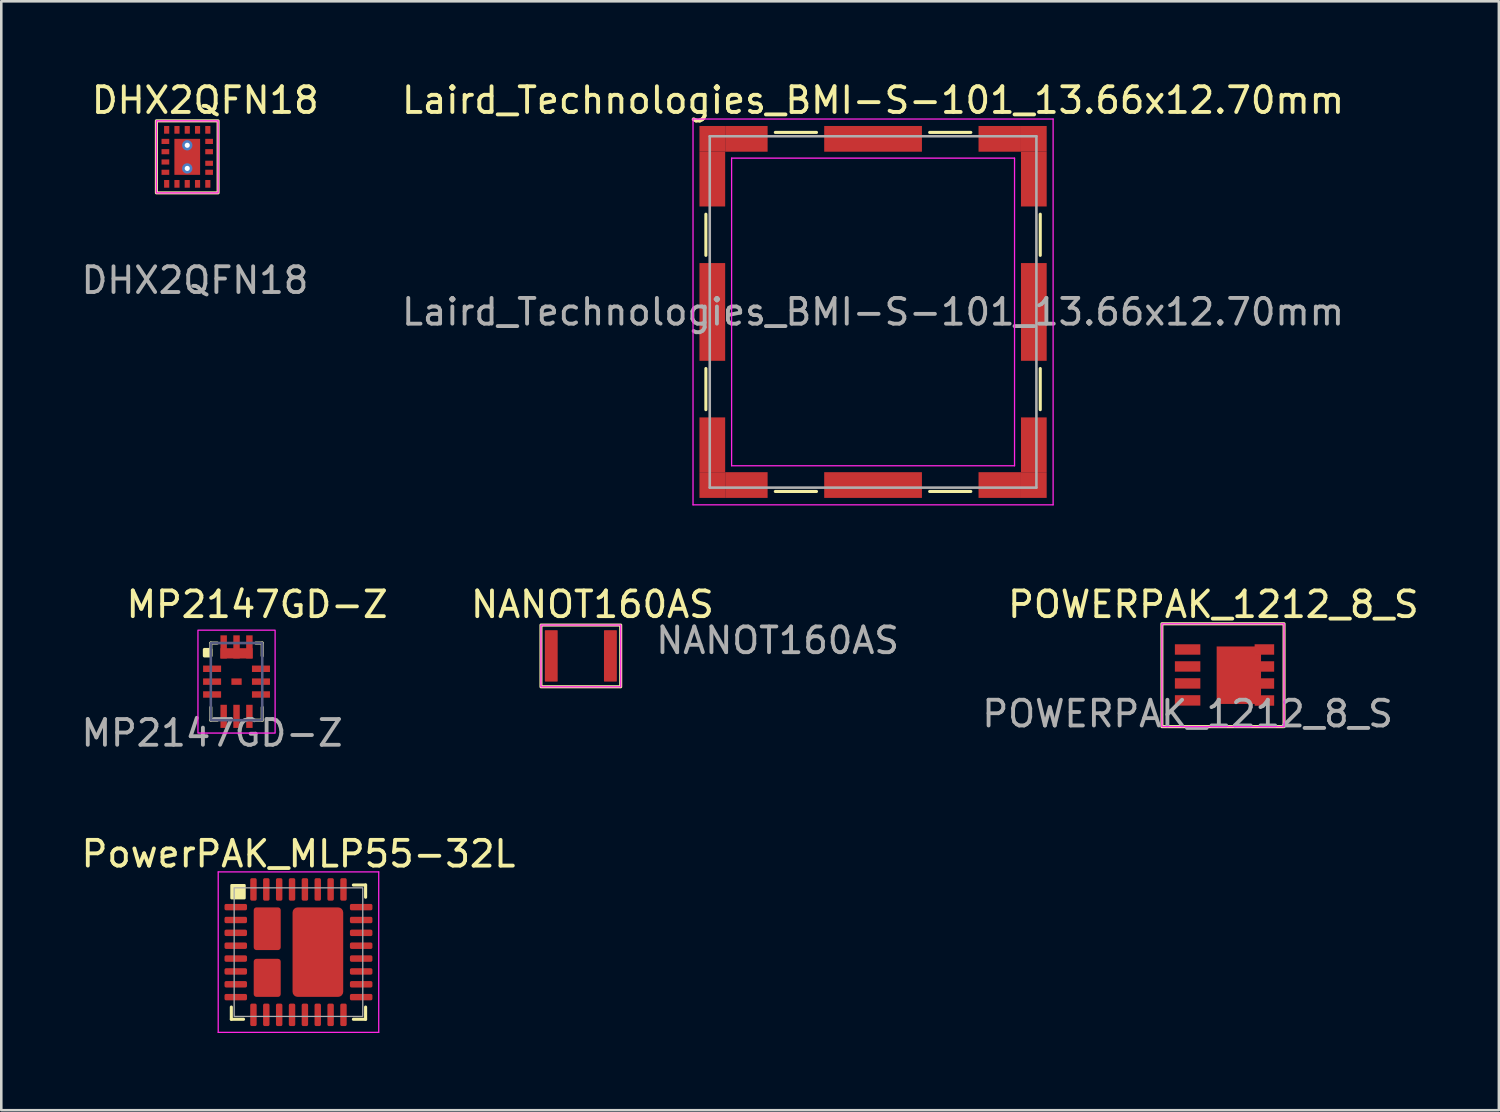
<source format=kicad_pcb>
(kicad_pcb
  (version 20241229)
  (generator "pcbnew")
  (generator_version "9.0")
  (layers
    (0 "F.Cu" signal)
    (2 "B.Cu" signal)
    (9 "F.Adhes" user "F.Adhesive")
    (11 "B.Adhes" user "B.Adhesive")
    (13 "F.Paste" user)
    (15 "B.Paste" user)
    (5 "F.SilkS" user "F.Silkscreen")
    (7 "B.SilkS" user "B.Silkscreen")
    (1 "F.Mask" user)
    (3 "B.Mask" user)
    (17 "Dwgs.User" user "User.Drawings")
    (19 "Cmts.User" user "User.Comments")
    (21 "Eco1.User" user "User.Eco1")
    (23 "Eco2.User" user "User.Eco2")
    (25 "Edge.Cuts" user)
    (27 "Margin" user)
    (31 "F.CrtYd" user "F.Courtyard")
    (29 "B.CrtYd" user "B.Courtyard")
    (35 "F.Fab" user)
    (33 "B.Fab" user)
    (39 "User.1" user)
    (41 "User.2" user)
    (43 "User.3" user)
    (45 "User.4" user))
  (footprint "PowerPAK_MLP55-32L"
    (layer "F.Cu")
    (at 8.554 33.968)
    (property "Reference" "PowerPAK_MLP55-32L" (at 0 -3.82 0) (layer "F.SilkS") (effects (font (size 1 1) (thickness 0.15))))
    (attr smd)
    (fp_line (start -2.61 2.61) (end -2.61 2.135) (stroke (width 0.12) (type solid)) (layer "F.SilkS"))
    (fp_line (start -2.135 2.61) (end -2.61 2.61) (stroke (width 0.12) (type solid)) (layer "F.SilkS"))
    (fp_line (start 2.135 -2.61) (end 2.61 -2.61) (stroke (width 0.12) (type solid)) (layer "F.SilkS"))
    (fp_line (start 2.135 2.61) (end 2.61 2.61) (stroke (width 0.12) (type solid)) (layer "F.SilkS"))
    (fp_line (start 2.61 -2.61) (end 2.61 -2.135) (stroke (width 0.12) (type solid)) (layer "F.SilkS"))
    (fp_line (start 2.61 2.61) (end 2.61 2.135) (stroke (width 0.12) (type solid)) (layer "F.SilkS"))
    (fp_rect (start -2.6 -2.6) (end -2.1 -2.1) (stroke (width 0.1) (type solid)) (fill yes) (layer "F.SilkS"))
    (fp_line (start -3.12 -3.12) (end -3.12 3.12) (stroke (width 0.05) (type solid)) (layer "F.CrtYd"))
    (fp_line (start -3.12 3.12) (end 3.12 3.12) (stroke (width 0.05) (type solid)) (layer "F.CrtYd"))
    (fp_line (start 3.12 -3.12) (end -3.12 -3.12) (stroke (width 0.05) (type solid)) (layer "F.CrtYd"))
    (fp_line (start 3.12 3.12) (end 3.12 -3.12) (stroke (width 0.05) (type solid)) (layer "F.CrtYd"))
    (fp_rect (start -2.5 2.5) (end 2.5 -2.5) (stroke (width 0.05) (type default)) (fill no) (layer "F.Fab"))
    (pad "1" smd roundrect (at -2.438 -1.75) (size 0.875 0.25) (layers "F.Cu" "F.Mask" "F.Paste") (roundrect_rratio 0.25))
    (pad "2" smd roundrect (at -2.438 -1.25) (size 0.875 0.25) (layers "F.Cu" "F.Mask" "F.Paste") (roundrect_rratio 0.25))
    (pad "3" smd roundrect (at -2.438 -0.75) (size 0.875 0.25) (layers "F.Cu" "F.Mask" "F.Paste") (roundrect_rratio 0.25))
    (pad "4" smd roundrect (at -2.438 -0.25) (size 0.875 0.25) (layers "F.Cu" "F.Mask" "F.Paste") (roundrect_rratio 0.25))
    (pad "5" smd roundrect (at -2.438 0.25) (size 0.875 0.25) (layers "F.Cu" "F.Mask" "F.Paste") (roundrect_rratio 0.25))
    (pad "6" smd roundrect (at -2.438 0.75) (size 0.875 0.25) (layers "F.Cu" "F.Mask" "F.Paste") (roundrect_rratio 0.25))
    (pad "7" smd roundrect (at -2.438 1.25) (size 0.875 0.25) (layers "F.Cu" "F.Mask" "F.Paste") (roundrect_rratio 0.25))
    (pad "8" smd roundrect (at -2.438 1.75) (size 0.875 0.25) (layers "F.Cu" "F.Mask" "F.Paste") (roundrect_rratio 0.25))
    (pad "9" smd roundrect (at -1.75 2.438) (size 0.25 0.875) (layers "F.Cu" "F.Mask" "F.Paste") (roundrect_rratio 0.25))
    (pad "10" smd roundrect (at -1.25 2.438) (size 0.25 0.875) (layers "F.Cu" "F.Mask" "F.Paste") (roundrect_rratio 0.25))
    (pad "11" smd roundrect (at -0.75 2.438) (size 0.25 0.875) (layers "F.Cu" "F.Mask" "F.Paste") (roundrect_rratio 0.25))
    (pad "12" smd roundrect (at -0.25 2.438) (size 0.25 0.875) (layers "F.Cu" "F.Mask" "F.Paste") (roundrect_rratio 0.25))
    (pad "13" smd roundrect (at 0.25 2.438) (size 0.25 0.875) (layers "F.Cu" "F.Mask" "F.Paste") (roundrect_rratio 0.25))
    (pad "14" smd roundrect (at 0.75 2.438) (size 0.25 0.875) (layers "F.Cu" "F.Mask" "F.Paste") (roundrect_rratio 0.25))
    (pad "15" smd roundrect (at 1.25 2.438) (size 0.25 0.875) (layers "F.Cu" "F.Mask" "F.Paste") (roundrect_rratio 0.25))
    (pad "16" smd roundrect (at 1.75 2.438) (size 0.25 0.875) (layers "F.Cu" "F.Mask" "F.Paste") (roundrect_rratio 0.25))
    (pad "17" smd roundrect (at 2.438 1.75) (size 0.875 0.25) (layers "F.Cu" "F.Mask" "F.Paste") (roundrect_rratio 0.25))
    (pad "18" smd roundrect (at 2.438 1.25) (size 0.875 0.25) (layers "F.Cu" "F.Mask" "F.Paste") (roundrect_rratio 0.25))
    (pad "19" smd roundrect (at 2.438 0.75) (size 0.875 0.25) (layers "F.Cu" "F.Mask" "F.Paste") (roundrect_rratio 0.25))
    (pad "20" smd roundrect (at 2.438 0.25) (size 0.875 0.25) (layers "F.Cu" "F.Mask" "F.Paste") (roundrect_rratio 0.25))
    (pad "21" smd roundrect (at 2.438 -0.25) (size 0.875 0.25) (layers "F.Cu" "F.Mask" "F.Paste") (roundrect_rratio 0.25))
    (pad "22" smd roundrect (at 2.438 -0.75) (size 0.875 0.25) (layers "F.Cu" "F.Mask" "F.Paste") (roundrect_rratio 0.25))
    (pad "23" smd roundrect (at 2.438 -1.25) (size 0.875 0.25) (layers "F.Cu" "F.Mask" "F.Paste") (roundrect_rratio 0.25))
    (pad "24" smd roundrect (at 2.438 -1.75) (size 0.875 0.25) (layers "F.Cu" "F.Mask" "F.Paste") (roundrect_rratio 0.25))
    (pad "25" smd roundrect (at 1.75 -2.438) (size 0.25 0.875) (layers "F.Cu" "F.Mask" "F.Paste") (roundrect_rratio 0.25))
    (pad "26" smd roundrect (at 1.25 -2.438) (size 0.25 0.875) (layers "F.Cu" "F.Mask" "F.Paste") (roundrect_rratio 0.25))
    (pad "27" smd roundrect (at 0.75 -2.438) (size 0.25 0.875) (layers "F.Cu" "F.Mask" "F.Paste") (roundrect_rratio 0.25))
    (pad "28" smd roundrect (at 0.25 -2.438) (size 0.25 0.875) (layers "F.Cu" "F.Mask" "F.Paste") (roundrect_rratio 0.25))
    (pad "29" smd roundrect (at -0.25 -2.438) (size 0.25 0.875) (layers "F.Cu" "F.Mask" "F.Paste") (roundrect_rratio 0.25))
    (pad "30" smd roundrect (at -0.75 -2.438) (size 0.25 0.875) (layers "F.Cu" "F.Mask" "F.Paste") (roundrect_rratio 0.25))
    (pad "31" smd roundrect (at -1.25 -2.438) (size 0.25 0.875) (layers "F.Cu" "F.Mask" "F.Paste") (roundrect_rratio 0.25))
    (pad "32" smd roundrect (at -1.75 -2.438) (size 0.25 0.875) (layers "F.Cu" "F.Mask" "F.Paste") (roundrect_rratio 0.25))
    (pad "P1" smd roundrect (at -1.215 -0.91 180) (size 1.05 1.66) (layers "F.Cu" "F.Mask" "F.Paste") (roundrect_rratio 0.102))
    (pad "P2" smd roundrect (at -1.215 1 180) (size 1.05 1.48) (layers "F.Cu" "F.Mask" "F.Paste") (roundrect_rratio 0.102))
    (pad "P3" smd roundrect (at 0.755 0 90) (size 3.48 1.97) (layers "F.Cu" "F.Mask" "F.Paste") (roundrect_rratio 0.102)))
  (footprint "NANOT160AS"
    (layer "F.Cu")
    (at 18.382 22.451)
    (property "Reference" "NANOT160AS" (at 1.6 -2 0) (unlocked yes) (layer "F.SilkS") (effects (font (size 1 1) (thickness 0.15))))
    (attr smd)
    (fp_rect (start -0.4 -1.2) (end 2.7 1.2) (stroke (width 0.12) (type default)) (fill no) (layer "F.SilkS"))
    (fp_rect (start -0.4 -1.2) (end 2.7 1.2) (stroke (width 0.05) (type default)) (fill no) (layer "F.CrtYd"))
    (fp_text user "${REFERENCE}" (at 8.8 -0.6 0) (unlocked yes) (layer "F.Fab") (effects (font (size 1 1) (thickness 0.15))))
    (pad "1" smd roundrect (at 2.3 0) (size 0.5 2) (layers "F.Cu" "F.Mask" "F.Paste") (roundrect_rratio 0.05))
    (pad "2" smd roundrect (at 0 0) (size 0.5 2) (layers "F.Cu" "F.Mask" "F.Paste") (roundrect_rratio 0.05))
    (zone (net_name "") (layer "F.Cu") (hatch edge 0.5) (connect_pads) (min_thickness 0.25) (filled_areas_thickness no) (keepout (tracks not_allowed) (vias not_allowed) (pads not_allowed) (copperpour not_allowed) (footprints allowed)) (placement (enabled no)) (fill) (polygon (pts (xy 18.682 21.451) (xy 20.382 21.451) (xy 20.382 23.451) (xy 18.682 23.451)))))
  (footprint "Laird_Technologies_BMI-S-101_13.66x12.70mm"
    (layer "F.Cu")
    (at 30.894 9.078)
    (property "Reference" "Laird_Technologies_BMI-S-101_13.66x12.70mm" (at 0 -8.23 0) (layer "F.SilkS") (effects (font (size 1 1) (thickness 0.15))))
    (attr smd)
    (fp_line (start -6.5 -3.8) (end -6.5 -2.2) (stroke (width 0.12) (type solid)) (layer "F.SilkS"))
    (fp_line (start -6.5 2.2) (end -6.5 3.8) (stroke (width 0.12) (type solid)) (layer "F.SilkS"))
    (fp_line (start -3.8 -6.98) (end -2.2 -6.98) (stroke (width 0.12) (type solid)) (layer "F.SilkS"))
    (fp_line (start -3.8 6.98) (end -2.2 6.98) (stroke (width 0.12) (type solid)) (layer "F.SilkS"))
    (fp_line (start 2.2 -6.98) (end 3.8 -6.98) (stroke (width 0.12) (type solid)) (layer "F.SilkS"))
    (fp_line (start 2.2 6.98) (end 3.8 6.98) (stroke (width 0.12) (type solid)) (layer "F.SilkS"))
    (fp_line (start 6.5 -3.8) (end 6.5 -2.2) (stroke (width 0.12) (type solid)) (layer "F.SilkS"))
    (fp_line (start 6.5 2.2) (end 6.5 3.8) (stroke (width 0.12) (type solid)) (layer "F.SilkS"))
    (fp_line (start -7 -7.5) (end -7 7.5) (stroke (width 0.05) (type solid)) (layer "F.CrtYd"))
    (fp_line (start -7 7.5) (end 7 7.5) (stroke (width 0.05) (type solid)) (layer "F.CrtYd"))
    (fp_line (start -5.5 -5.98) (end -5.5 5.98) (stroke (width 0.05) (type solid)) (layer "F.CrtYd"))
    (fp_line (start 5.5 -5.98) (end -5.5 -5.98) (stroke (width 0.05) (type solid)) (layer "F.CrtYd"))
    (fp_line (start 5.5 -5.98) (end 5.5 5.98) (stroke (width 0.05) (type solid)) (layer "F.CrtYd"))
    (fp_line (start 5.5 5.98) (end -5.5 5.98) (stroke (width 0.05) (type solid)) (layer "F.CrtYd"))
    (fp_line (start 7 -7.5) (end -7 -7.5) (stroke (width 0.05) (type solid)) (layer "F.CrtYd"))
    (fp_line (start 7 7.5) (end 7 -7.5) (stroke (width 0.05) (type solid)) (layer "F.CrtYd"))
    (fp_line (start -6.35 -6.83) (end -6.35 6.83) (stroke (width 0.1) (type solid)) (layer "F.Fab"))
    (fp_line (start -6.35 6.83) (end 6.35 6.83) (stroke (width 0.1) (type solid)) (layer "F.Fab"))
    (fp_line (start 6.35 -6.83) (end -6.35 -6.83) (stroke (width 0.1) (type solid)) (layer "F.Fab"))
    (fp_line (start 6.35 6.83) (end 6.35 -6.83) (stroke (width 0.1) (type solid)) (layer "F.Fab"))
    (fp_text user "${REFERENCE}" (at 0 0 0) (layer "F.Fab") (effects (font (size 1 1) (thickness 0.15))))
    (pad "1" smd rect (at -6.25 -6.73) (size 1 1) (layers "F.Cu" "F.Mask" "F.Paste"))
    (pad "1" smd rect (at -6.25 -5.165) (size 1 2.13) (layers "F.Cu" "F.Mask" "F.Paste"))
    (pad "1" smd rect (at -6.25 0) (size 1 3.8) (layers "F.Cu" "F.Mask" "F.Paste"))
    (pad "1" smd rect (at -6.25 5.165) (size 1 2.13) (layers "F.Cu" "F.Mask" "F.Paste"))
    (pad "1" smd rect (at -6.25 6.73) (size 1 1) (layers "F.Cu" "F.Mask" "F.Paste"))
    (pad "1" smd rect (at -4.925 -6.73) (size 1.65 1) (layers "F.Cu" "F.Mask" "F.Paste"))
    (pad "1" smd rect (at -4.925 6.73) (size 1.65 1) (layers "F.Cu" "F.Mask" "F.Paste"))
    (pad "1" smd rect (at 0 -6.73) (size 3.8 1) (layers "F.Cu" "F.Mask" "F.Paste"))
    (pad "1" smd rect (at 0 6.73) (size 3.8 1) (layers "F.Cu" "F.Mask" "F.Paste"))
    (pad "1" smd rect (at 4.925 -6.73) (size 1.65 1) (layers "F.Cu" "F.Mask" "F.Paste"))
    (pad "1" smd rect (at 4.925 6.73) (size 1.65 1) (layers "F.Cu" "F.Mask" "F.Paste"))
    (pad "1" smd rect (at 6.25 -6.73) (size 1 1) (layers "F.Cu" "F.Mask" "F.Paste"))
    (pad "1" smd rect (at 6.25 -5.165) (size 1 2.13) (layers "F.Cu" "F.Mask" "F.Paste"))
    (pad "1" smd rect (at 6.25 0) (size 1 3.8) (layers "F.Cu" "F.Mask" "F.Paste"))
    (pad "1" smd rect (at 6.25 5.165) (size 1 2.13) (layers "F.Cu" "F.Mask" "F.Paste"))
    (pad "1" smd rect (at 6.25 6.73) (size 1 1) (layers "F.Cu" "F.Mask" "F.Paste")))
  (footprint "POWERPAK_1212_8_S"
    (layer "F.Cu")
    (at 43.123 22.201)
    (property "Reference" "POWERPAK_1212_8_S" (at 1 -1.75 0) (unlocked yes) (layer "F.SilkS") (effects (font (size 1 1) (thickness 0.15))))
    (attr smd)
    (fp_rect (start -1 -1) (end 3.75 3) (stroke (width 0.12) (type default)) (fill no) (layer "F.SilkS"))
    (fp_rect (start -1 -1) (end 3.75 3) (stroke (width 0.05) (type default)) (fill no) (layer "F.CrtYd"))
    (fp_text user "${REFERENCE}" (at 0 2.5 0) (unlocked yes) (layer "F.Fab") (effects (font (size 1 1) (thickness 0.15))))
    (pad "1" smd rect (at 0 0) (size 0.99 0.405) (layers "F.Cu" "F.Mask" "F.Paste"))
    (pad "2" smd rect (at 0 0.66) (size 0.99 0.405) (layers "F.Cu" "F.Mask" "F.Paste"))
    (pad "3" smd rect (at 0 1.32) (size 0.99 0.405) (layers "F.Cu" "F.Mask" "F.Paste"))
    (pad "4" smd rect (at 0 1.98) (size 0.99 0.405) (layers "F.Cu" "F.Mask" "F.Paste"))
    (pad "5" smd rect (at 1.992 1 90) (size 2.235 1.725) (layers "F.Cu" "F.Mask" "F.Paste"))
    (pad "5" smd rect (at 2.985 0 180) (size 0.76 0.406) (layers "F.Cu" "F.Mask" "F.Paste"))
    (pad "5" smd rect (at 2.985 0.661 180) (size 0.76 0.406) (layers "F.Cu" "F.Mask" "F.Paste"))
    (pad "5" smd rect (at 2.985 1.323 180) (size 0.76 0.406) (layers "F.Cu" "F.Mask" "F.Paste"))
    (pad "5" smd rect (at 2.985 1.984 180) (size 0.76 0.406) (layers "F.Cu" "F.Mask" "F.Paste")))
  (footprint "MP2147GD-Z"
    (layer "F.Cu")
    (at 5.196 22.951)
    (property "Reference" "MP2147GD-Z" (at 1.75 -2.5 0) (unlocked yes) (layer "F.SilkS") (effects (font (size 1 1) (thickness 0.15))))
    (attr smd)
    (fp_line (start -0.05 -1) (end -0.05 -0.5) (stroke (width 0.12) (type default)) (layer "F.SilkS"))
    (fp_line (start -0.05 1.5) (end -0.05 2) (stroke (width 0.12) (type default)) (layer "F.SilkS"))
    (fp_line (start -0.05 2) (end 0.2 2) (stroke (width 0.12) (type default)) (layer "F.SilkS"))
    (fp_line (start 0.2 -1) (end -0.05 -1) (stroke (width 0.12) (type default)) (layer "F.SilkS"))
    (fp_line (start 1.7 -1) (end 1.95 -1) (stroke (width 0.12) (type default)) (layer "F.SilkS"))
    (fp_line (start 1.7 2) (end 1.95 2) (stroke (width 0.12) (type default)) (layer "F.SilkS"))
    (fp_line (start 1.95 -1) (end 1.95 -0.5) (stroke (width 0.12) (type default)) (layer "F.SilkS"))
    (fp_line (start 1.95 2) (end 1.95 1.5) (stroke (width 0.12) (type default)) (layer "F.SilkS"))
    (fp_rect (start -0.3 -0.75) (end -0.05 -0.5) (stroke (width 0.12) (type default)) (fill yes) (layer "F.SilkS"))
    (fp_rect (start -0.55 -1.5) (end 2.45 2.5) (stroke (width 0.05) (type default)) (fill no) (layer "F.CrtYd"))
    (fp_rect (start -0.05 -1) (end 1.95 2) (stroke (width 0.1) (type default)) (fill no) (layer "B.Fab"))
    (fp_text user "${REFERENCE}" (at 0 2.5 0) (unlocked yes) (layer "F.Fab") (effects (font (size 1 1) (thickness 0.15))))
    (pad "1" smd rect (at 0 0) (size 0.7 0.25) (layers "F.Cu" "F.Mask" "F.Paste"))
    (pad "2" smd rect (at 0 0.5) (size 0.7 0.25) (layers "F.Cu" "F.Mask" "F.Paste"))
    (pad "3" smd rect (at 0 1) (size 0.7 0.25) (layers "F.Cu" "F.Mask" "F.Paste"))
    (pad "4" smd rect (at 0.45 1.85 90) (size 0.9 0.25) (layers "F.Cu" "F.Mask" "F.Paste"))
    (pad "5" smd rect (at 0.95 1.85 90) (size 0.9 0.25) (layers "F.Cu" "F.Mask" "F.Paste"))
    (pad "6" smd rect (at 1.45 1.85 90) (size 0.9 0.25) (layers "F.Cu" "F.Mask" "F.Paste"))
    (pad "7" smd rect (at 1.9 1) (size 0.7 0.25) (layers "F.Cu" "F.Mask" "F.Paste"))
    (pad "8" smd rect (at 1.9 0.5) (size 0.7 0.25) (layers "F.Cu" "F.Mask" "F.Paste"))
    (pad "9" smd rect (at 1.9 0) (size 0.7 0.25) (layers "F.Cu" "F.Mask" "F.Paste"))
    (pad "10" smd rect (at 0.45 -0.85 90) (size 0.9 0.25) (layers "F.Cu" "F.Mask" "F.Paste"))
    (pad "10" smd rect (at 0.95 -0.85 90) (size 0.9 0.25) (layers "F.Cu" "F.Mask" "F.Paste"))
    (pad "10" smd rect (at 0.95 -0.6) (size 1.25 0.4) (layers "F.Cu" "F.Mask" "F.Paste"))
    (pad "10" smd rect (at 1.45 -0.85 90) (size 0.9 0.25) (layers "F.Cu" "F.Mask" "F.Paste"))
    (pad "11" smd rect (at 0.95 0.5) (size 0.4 0.25) (layers "F.Cu" "F.Mask" "F.Paste")))
  (footprint "DHX2QFN18"
    (layer "F.Cu")
    (at 4.23 3.048)
    (property "Reference" "DHX2QFN18" (at 0.7 -2.2 0) (unlocked yes) (layer "F.SilkS") (effects (font (size 1 1) (thickness 0.15))))
    (attr through_hole)
    (fp_rect (start -1.2 -1.4) (end 1.2 1.4) (stroke (width 0.12) (type default)) (fill no) (layer "F.SilkS"))
    (fp_rect (start -1.2 -1.4) (end 1.2 1.4) (stroke (width 0.05) (type default)) (fill no) (layer "F.CrtYd"))
    (fp_text user "${REFERENCE}" (at 0.3 4.8 0) (unlocked yes) (layer "F.Fab") (effects (font (size 1 1) (thickness 0.15))))
    (pad "1" smd rect (at -0.85 -0.6) (size 0.3 0.2) (layers "F.Cu" "F.Mask" "F.Paste"))
    (pad "2" smd rect (at -0.85 -0.2) (size 0.3 0.2) (layers "F.Cu" "F.Mask" "F.Paste"))
    (pad "3" smd rect (at -0.85 0.2) (size 0.3 0.2) (layers "F.Cu" "F.Mask" "F.Paste"))
    (pad "4" smd rect (at -0.85 0.6) (size 0.3 0.2) (layers "F.Cu" "F.Mask" "F.Paste"))
    (pad "5" smd rect (at -0.8 1.05 90) (size 0.3 0.2) (layers "F.Cu" "F.Mask" "F.Paste"))
    (pad "6" smd rect (at -0.4 1.05 90) (size 0.3 0.2) (layers "F.Cu" "F.Mask" "F.Paste"))
    (pad "7" smd rect (at 0 1.05 90) (size 0.3 0.2) (layers "F.Cu" "F.Mask" "F.Paste"))
    (pad "8" smd rect (at 0.4 1.05 90) (size 0.3 0.2) (layers "F.Cu" "F.Mask" "F.Paste"))
    (pad "9" smd rect (at 0.8 1.05 90) (size 0.3 0.2) (layers "F.Cu" "F.Mask" "F.Paste"))
    (pad "10" smd rect (at 0.85 0.6 180) (size 0.3 0.2) (layers "F.Cu" "F.Mask" "F.Paste"))
    (pad "11" smd rect (at 0.85 0.25 180) (size 0.3 0.2) (layers "F.Cu" "F.Mask" "F.Paste"))
    (pad "12" smd rect (at 0.85 -0.2 180) (size 0.3 0.2) (layers "F.Cu" "F.Mask" "F.Paste"))
    (pad "13" smd rect (at 0.85 -0.6 180) (size 0.3 0.2) (layers "F.Cu" "F.Mask" "F.Paste"))
    (pad "14" smd rect (at 0.8 -1.05 270) (size 0.3 0.2) (layers "F.Cu" "F.Mask" "F.Paste"))
    (pad "15" smd rect (at 0.4 -1.05 270) (size 0.3 0.2) (layers "F.Cu" "F.Mask" "F.Paste"))
    (pad "16" smd rect (at 0 -1.05 270) (size 0.3 0.2) (layers "F.Cu" "F.Mask" "F.Paste"))
    (pad "17" smd rect (at -0.4 -1.05 270) (size 0.3 0.2) (layers "F.Cu" "F.Mask" "F.Paste"))
    (pad "18" smd rect (at -0.8 -1.05 270) (size 0.3 0.2) (layers "F.Cu" "F.Mask" "F.Paste"))
    (pad "19" thru_hole circle (at 0 -0.45) (size 0.4 0.4) (drill 0.2) (layers "*.Cu" "*.Mask"))
    (pad "19" smd rect (at 0 0) (size 1 1.4) (layers "F.Cu" "F.Mask" "F.Paste"))
    (pad "19" thru_hole circle (at 0 0.45) (size 0.4 0.4) (drill 0.2) (layers "*.Cu" "*.Mask")))
  (gr_rect
    (start -3 -3)
    (end 55.224 40.113)
    (stroke (width 0.1) (type default))
    (fill no)
    (layer "Edge.Cuts")))
</source>
